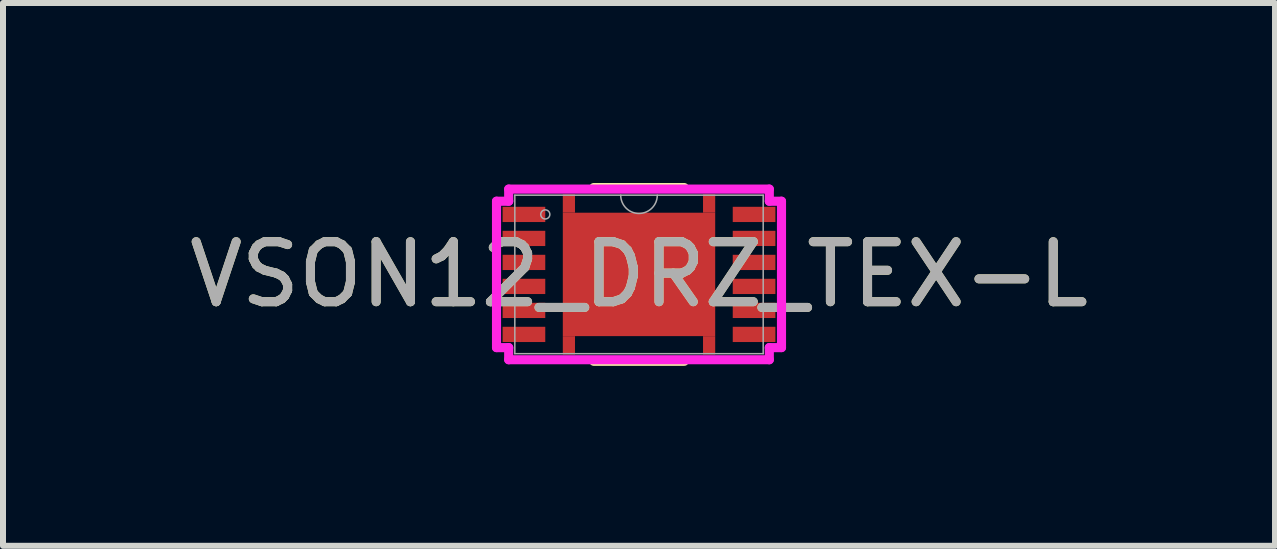
<source format=kicad_pcb>
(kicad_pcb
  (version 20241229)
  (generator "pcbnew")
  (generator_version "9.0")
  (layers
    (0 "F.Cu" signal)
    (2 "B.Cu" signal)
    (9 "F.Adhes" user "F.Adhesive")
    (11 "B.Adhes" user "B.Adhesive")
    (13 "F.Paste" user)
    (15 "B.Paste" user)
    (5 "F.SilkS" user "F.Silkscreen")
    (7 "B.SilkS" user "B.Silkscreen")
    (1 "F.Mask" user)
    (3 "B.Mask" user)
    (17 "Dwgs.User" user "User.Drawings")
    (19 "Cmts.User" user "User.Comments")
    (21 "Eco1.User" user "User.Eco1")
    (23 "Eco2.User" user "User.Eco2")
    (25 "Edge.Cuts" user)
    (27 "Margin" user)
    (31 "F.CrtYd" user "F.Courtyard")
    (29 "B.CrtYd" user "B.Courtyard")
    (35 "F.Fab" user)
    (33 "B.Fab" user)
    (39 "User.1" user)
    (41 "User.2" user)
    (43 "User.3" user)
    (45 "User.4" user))
  (footprint "VSON12_DRZ_TEX-L"
    (layer "F.Cu")
    (at 7.601 1.524)
    (property "Reference" "VSON12_DRZ_TEX-L" (at 0 0 0) (unlocked yes) (layer "F.SilkS") (effects (font (size 1 1) (thickness 0.15))))
    (attr smd)
    (fp_poly (pts (xy -1.27 -1.029) (xy -1.27 -1.333) (xy -1.067 -1.333) (xy -1.067 -1.029)) (stroke (width 0) (type solid)) (fill yes) (layer "F.Cu"))
    (fp_poly (pts (xy -1.27 1.029) (xy -1.27 1.333) (xy -1.067 1.333) (xy -1.067 1.029)) (stroke (width 0) (type solid)) (fill yes) (layer "F.Cu"))
    (fp_poly (pts (xy 1.27 -1.029) (xy 1.27 -1.333) (xy 1.067 -1.333) (xy 1.067 -1.029)) (stroke (width 0) (type solid)) (fill yes) (layer "F.Cu"))
    (fp_poly (pts (xy 1.27 1.029) (xy 1.27 1.333) (xy 1.067 1.333) (xy 1.067 1.029)) (stroke (width 0) (type solid)) (fill yes) (layer "F.Cu"))
    (fp_poly (pts (xy -1.27 -1.029) (xy -1.27 -1.333) (xy -1.067 -1.333) (xy -1.067 -1.029)) (stroke (width 0) (type solid)) (fill yes) (layer "F.Mask"))
    (fp_poly (pts (xy -1.27 1.029) (xy -1.27 1.333) (xy -1.067 1.333) (xy -1.067 1.029)) (stroke (width 0) (type solid)) (fill yes) (layer "F.Mask"))
    (fp_poly (pts (xy 1.27 -1.029) (xy 1.27 -1.333) (xy 1.067 -1.333) (xy 1.067 -1.029)) (stroke (width 0) (type solid)) (fill yes) (layer "F.Mask"))
    (fp_poly (pts (xy 1.27 1.029) (xy 1.27 1.333) (xy 1.067 1.333) (xy 1.067 1.029)) (stroke (width 0) (type solid)) (fill yes) (layer "F.Mask"))
    (fp_line (start -0.754 1.448) (end 0.754 1.448) (stroke (width 0.152) (type solid)) (layer "F.SilkS"))
    (fp_line (start 0.754 -1.448) (end -0.754 -1.448) (stroke (width 0.152) (type solid)) (layer "F.SilkS"))
    (fp_poly (pts (xy -1.27 -1.029) (xy -1.27 -1.333) (xy -1.067 -1.333) (xy -1.067 -1.029)) (stroke (width 0) (type solid)) (fill yes) (layer "F.Paste"))
    (fp_poly (pts (xy -1.27 1.029) (xy -1.27 1.333) (xy -1.067 1.333) (xy -1.067 1.029)) (stroke (width 0) (type solid)) (fill yes) (layer "F.Paste"))
    (fp_poly (pts (xy 1.27 -1.029) (xy 1.27 -1.333) (xy 1.067 -1.333) (xy 1.067 -1.029)) (stroke (width 0) (type solid)) (fill yes) (layer "F.Paste"))
    (fp_poly (pts (xy 1.27 1.029) (xy 1.27 1.333) (xy 1.067 1.333) (xy 1.067 1.029)) (stroke (width 0) (type solid)) (fill yes) (layer "F.Paste"))
    (fp_line (start -2.375 -1.22) (end -2.172 -1.22) (stroke (width 0.152) (type solid)) (layer "F.CrtYd"))
    (fp_line (start -2.375 1.22) (end -2.375 -1.22) (stroke (width 0.152) (type solid)) (layer "F.CrtYd"))
    (fp_line (start -2.375 1.22) (end -2.172 1.22) (stroke (width 0.152) (type solid)) (layer "F.CrtYd"))
    (fp_line (start -2.172 -1.422) (end 2.172 -1.422) (stroke (width 0.152) (type solid)) (layer "F.CrtYd"))
    (fp_line (start -2.172 -1.22) (end -2.172 -1.422) (stroke (width 0.152) (type solid)) (layer "F.CrtYd"))
    (fp_line (start -2.172 1.422) (end -2.172 1.22) (stroke (width 0.152) (type solid)) (layer "F.CrtYd"))
    (fp_line (start 2.172 -1.422) (end 2.172 -1.22) (stroke (width 0.152) (type solid)) (layer "F.CrtYd"))
    (fp_line (start 2.172 1.22) (end 2.172 1.422) (stroke (width 0.152) (type solid)) (layer "F.CrtYd"))
    (fp_line (start 2.172 1.422) (end -2.172 1.422) (stroke (width 0.152) (type solid)) (layer "F.CrtYd"))
    (fp_line (start 2.375 -1.22) (end 2.172 -1.22) (stroke (width 0.152) (type solid)) (layer "F.CrtYd"))
    (fp_line (start 2.375 -1.22) (end 2.375 1.22) (stroke (width 0.152) (type solid)) (layer "F.CrtYd"))
    (fp_line (start 2.375 1.22) (end 2.172 1.22) (stroke (width 0.152) (type solid)) (layer "F.CrtYd"))
    (fp_line (start -2.07 -1.321) (end -2.07 1.321) (stroke (width 0.025) (type solid)) (layer "F.Fab"))
    (fp_line (start -2.07 1.321) (end 2.07 1.321) (stroke (width 0.025) (type solid)) (layer "F.Fab"))
    (fp_line (start 2.07 -1.321) (end -2.07 -1.321) (stroke (width 0.025) (type solid)) (layer "F.Fab"))
    (fp_line (start 2.07 1.321) (end 2.07 -1.321) (stroke (width 0.025) (type solid)) (layer "F.Fab"))
    (fp_arc (start 0.3048 -1.3208) (mid 0 -1.016) (end -0.3048 -1.3208) (stroke (width 0.0254) (type solid)) (layer "F.Fab"))
    (fp_circle (center -1.562 -1) (end -1.486 -1) (stroke (width 0.025) (type solid)) (fill no) (layer "F.Fab"))
    (fp_text user "${REFERENCE}" (at 0 0 0) (unlocked yes) (layer "F.Fab") (effects (font (size 1 1) (thickness 0.15))))
    (pad "1" smd rect (at -1.918 -1) (size 0.711 0.254) (layers "F.Cu" "F.Mask" "F.Paste"))
    (pad "2" smd rect (at -1.918 -0.6) (size 0.711 0.254) (layers "F.Cu" "F.Mask" "F.Paste"))
    (pad "3" smd rect (at -1.918 -0.2) (size 0.711 0.254) (layers "F.Cu" "F.Mask" "F.Paste"))
    (pad "4" smd rect (at -1.918 0.2) (size 0.711 0.254) (layers "F.Cu" "F.Mask" "F.Paste"))
    (pad "5" smd rect (at -1.918 0.6) (size 0.711 0.254) (layers "F.Cu" "F.Mask" "F.Paste"))
    (pad "6" smd rect (at -1.918 1) (size 0.711 0.254) (layers "F.Cu" "F.Mask" "F.Paste"))
    (pad "7" smd rect (at 1.918 1) (size 0.711 0.254) (layers "F.Cu" "F.Mask" "F.Paste"))
    (pad "8" smd rect (at 1.918 0.6) (size 0.711 0.254) (layers "F.Cu" "F.Mask" "F.Paste"))
    (pad "9" smd rect (at 1.918 0.2) (size 0.711 0.254) (layers "F.Cu" "F.Mask" "F.Paste"))
    (pad "10" smd rect (at 1.918 -0.2) (size 0.711 0.254) (layers "F.Cu" "F.Mask" "F.Paste"))
    (pad "11" smd rect (at 1.918 -0.6) (size 0.711 0.254) (layers "F.Cu" "F.Mask" "F.Paste"))
    (pad "12" smd rect (at 1.918 -1) (size 0.711 0.254) (layers "F.Cu" "F.Mask" "F.Paste"))
    (pad "13" smd rect (at 0 0) (size 2.54 2.057) (layers "F.Cu" "F.Mask" "F.Paste")))
  (gr_rect
    (start -3 -3)
    (end 18.202 6.048)
    (stroke (width 0.1) (type default))
    (fill no)
    (layer "Edge.Cuts")))
</source>
